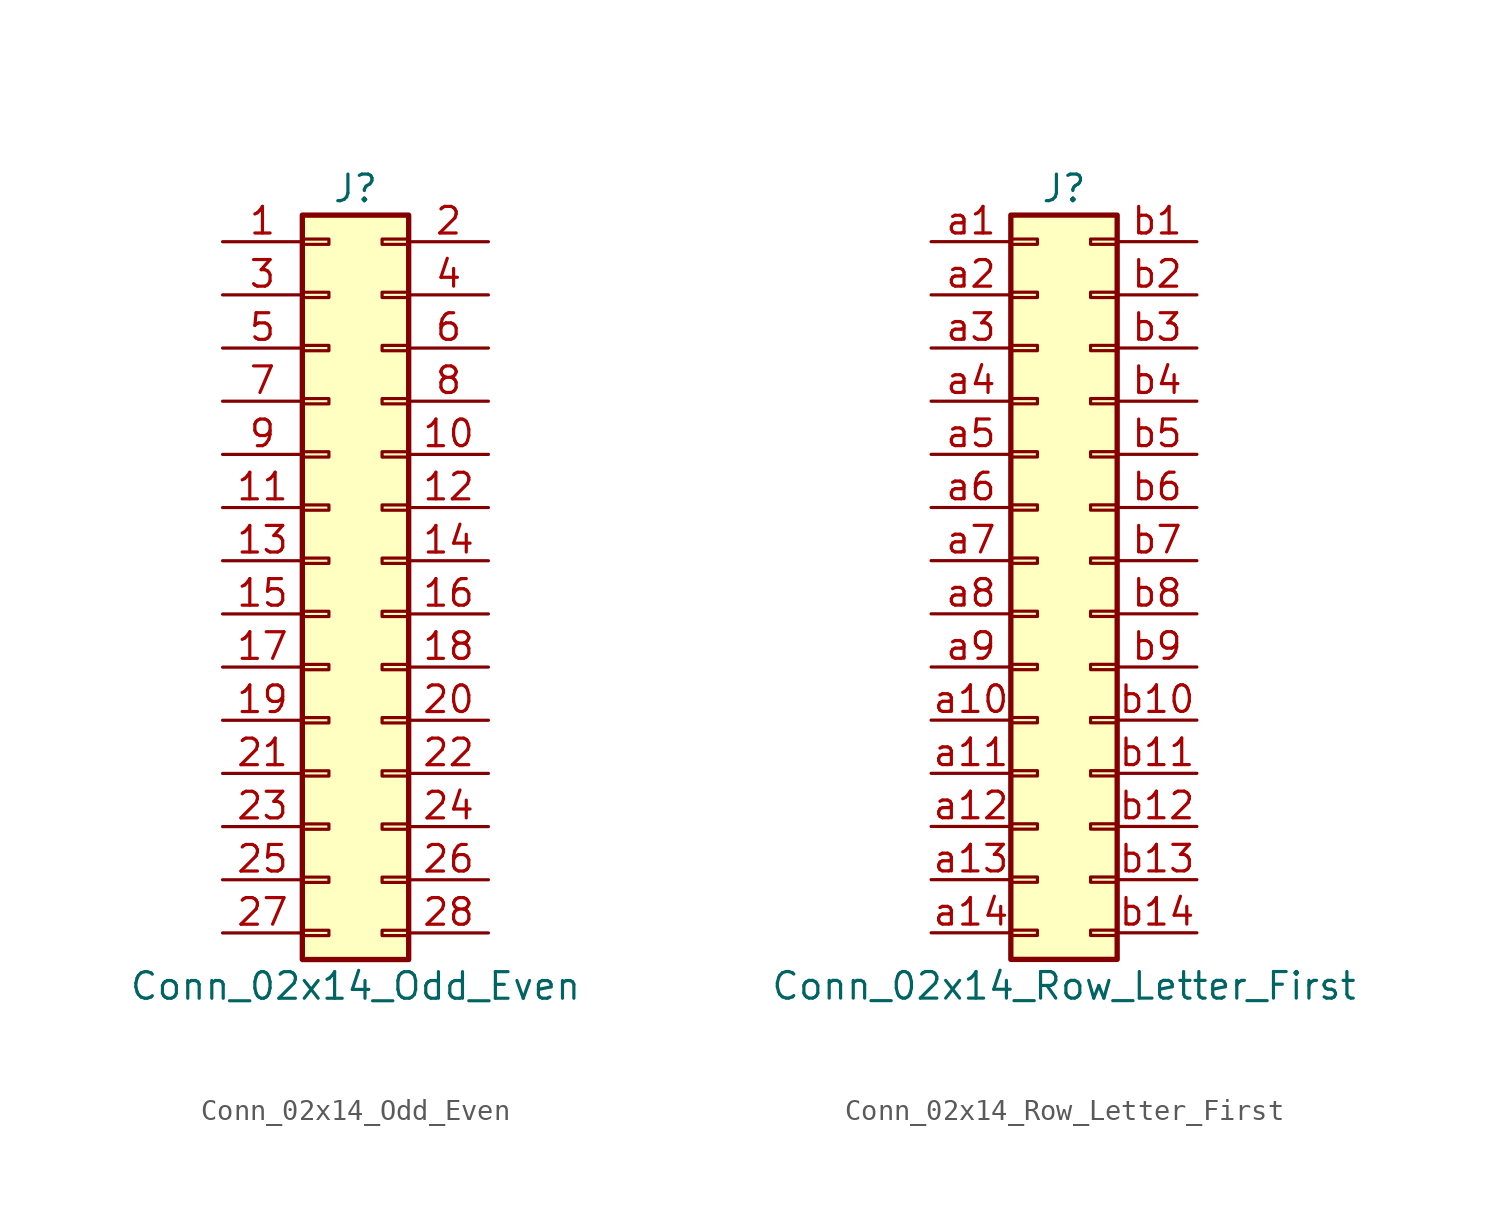
<source format=kicad_sym>
(kicad_symbol_lib
  (version 20201005)
  (generator kicad_symbol_editor)
  (symbol "Conn_02x14_Odd_Even"
    (pin_names
      (offset 1.016) hide)
    (property "Reference" "J"
      (at 1.27 17.78 0)
      (effects (font (size 1.27 1.27))))
    (property "Value" "Conn_02x14_Odd_Even"
      (at 1.27 -20.32 0)
      (effects (font (size 1.27 1.27))))
    (symbol "Conn_02x14_Odd_Even_1_1"
      (rectangle (start -1.27 -17.653) (end 0 -17.907) (stroke (width 0.152)) (fill (type none)))
      (rectangle (start -1.27 -15.113) (end 0 -15.367) (stroke (width 0.152)) (fill (type none)))
      (rectangle (start -1.27 -12.573) (end 0 -12.827) (stroke (width 0.152)) (fill (type none)))
      (rectangle (start -1.27 -10.033) (end 0 -10.287) (stroke (width 0.152)) (fill (type none)))
      (rectangle (start -1.27 -7.493) (end 0 -7.747) (stroke (width 0.152)) (fill (type none)))
      (rectangle (start -1.27 -4.953) (end 0 -5.207) (stroke (width 0.152)) (fill (type none)))
      (rectangle (start -1.27 -2.413) (end 0 -2.667) (stroke (width 0.152)) (fill (type none)))
      (rectangle (start -1.27 0.127) (end 0 -0.127) (stroke (width 0.152)) (fill (type none)))
      (rectangle (start -1.27 2.667) (end 0 2.413) (stroke (width 0.152)) (fill (type none)))
      (rectangle (start -1.27 5.207) (end 0 4.953) (stroke (width 0.152)) (fill (type none)))
      (rectangle (start -1.27 7.747) (end 0 7.493) (stroke (width 0.152)) (fill (type none)))
      (rectangle (start -1.27 10.287) (end 0 10.033) (stroke (width 0.152)) (fill (type none)))
      (rectangle (start -1.27 12.827) (end 0 12.573) (stroke (width 0.152)) (fill (type none)))
      (rectangle (start -1.27 15.367) (end 0 15.113) (stroke (width 0.152)) (fill (type none)))
      (rectangle (start 3.81 -17.653) (end 2.54 -17.907) (stroke (width 0.152)) (fill (type none)))
      (rectangle (start 3.81 -15.113) (end 2.54 -15.367) (stroke (width 0.152)) (fill (type none)))
      (rectangle (start 3.81 -12.573) (end 2.54 -12.827) (stroke (width 0.152)) (fill (type none)))
      (rectangle (start 3.81 -10.033) (end 2.54 -10.287) (stroke (width 0.152)) (fill (type none)))
      (rectangle (start 3.81 -7.493) (end 2.54 -7.747) (stroke (width 0.152)) (fill (type none)))
      (rectangle (start 3.81 -4.953) (end 2.54 -5.207) (stroke (width 0.152)) (fill (type none)))
      (rectangle (start 3.81 -2.413) (end 2.54 -2.667) (stroke (width 0.152)) (fill (type none)))
      (rectangle (start 3.81 0.127) (end 2.54 -0.127) (stroke (width 0.152)) (fill (type none)))
      (rectangle (start 3.81 2.667) (end 2.54 2.413) (stroke (width 0.152)) (fill (type none)))
      (rectangle (start 3.81 5.207) (end 2.54 4.953) (stroke (width 0.152)) (fill (type none)))
      (rectangle (start 3.81 7.747) (end 2.54 7.493) (stroke (width 0.152)) (fill (type none)))
      (rectangle (start 3.81 10.287) (end 2.54 10.033) (stroke (width 0.152)) (fill (type none)))
      (rectangle (start 3.81 12.827) (end 2.54 12.573) (stroke (width 0.152)) (fill (type none)))
      (rectangle (start 3.81 15.367) (end 2.54 15.113) (stroke (width 0.152)) (fill (type none)))
      (rectangle (start -1.27 16.51) (end 3.81 -19.05) (stroke (width 0.254)) (fill (type background)))
      (pin passive line (at -5.08 15.24 0) (length 3.81) (name "Pin_1" (effects (font (size 1.27 1.27)))) (number "1" (effects (font (size 1.27 1.27)))))
      (pin passive line (at 7.62 5.08 180) (length 3.81) (name "Pin_10" (effects (font (size 1.27 1.27)))) (number "10" (effects (font (size 1.27 1.27)))))
      (pin passive line (at -5.08 2.54 0) (length 3.81) (name "Pin_11" (effects (font (size 1.27 1.27)))) (number "11" (effects (font (size 1.27 1.27)))))
      (pin passive line (at 7.62 2.54 180) (length 3.81) (name "Pin_12" (effects (font (size 1.27 1.27)))) (number "12" (effects (font (size 1.27 1.27)))))
      (pin passive line (at -5.08 0 0) (length 3.81) (name "Pin_13" (effects (font (size 1.27 1.27)))) (number "13" (effects (font (size 1.27 1.27)))))
      (pin passive line (at 7.62 0 180) (length 3.81) (name "Pin_14" (effects (font (size 1.27 1.27)))) (number "14" (effects (font (size 1.27 1.27)))))
      (pin passive line (at -5.08 -2.54 0) (length 3.81) (name "Pin_15" (effects (font (size 1.27 1.27)))) (number "15" (effects (font (size 1.27 1.27)))))
      (pin passive line (at 7.62 -2.54 180) (length 3.81) (name "Pin_16" (effects (font (size 1.27 1.27)))) (number "16" (effects (font (size 1.27 1.27)))))
      (pin passive line (at -5.08 -5.08 0) (length 3.81) (name "Pin_17" (effects (font (size 1.27 1.27)))) (number "17" (effects (font (size 1.27 1.27)))))
      (pin passive line (at 7.62 -5.08 180) (length 3.81) (name "Pin_18" (effects (font (size 1.27 1.27)))) (number "18" (effects (font (size 1.27 1.27)))))
      (pin passive line (at -5.08 -7.62 0) (length 3.81) (name "Pin_19" (effects (font (size 1.27 1.27)))) (number "19" (effects (font (size 1.27 1.27)))))
      (pin passive line (at 7.62 15.24 180) (length 3.81) (name "Pin_2" (effects (font (size 1.27 1.27)))) (number "2" (effects (font (size 1.27 1.27)))))
      (pin passive line (at 7.62 -7.62 180) (length 3.81) (name "Pin_20" (effects (font (size 1.27 1.27)))) (number "20" (effects (font (size 1.27 1.27)))))
      (pin passive line (at -5.08 -10.16 0) (length 3.81) (name "Pin_21" (effects (font (size 1.27 1.27)))) (number "21" (effects (font (size 1.27 1.27)))))
      (pin passive line (at 7.62 -10.16 180) (length 3.81) (name "Pin_22" (effects (font (size 1.27 1.27)))) (number "22" (effects (font (size 1.27 1.27)))))
      (pin passive line (at -5.08 -12.7 0) (length 3.81) (name "Pin_23" (effects (font (size 1.27 1.27)))) (number "23" (effects (font (size 1.27 1.27)))))
      (pin passive line (at 7.62 -12.7 180) (length 3.81) (name "Pin_24" (effects (font (size 1.27 1.27)))) (number "24" (effects (font (size 1.27 1.27)))))
      (pin passive line (at -5.08 -15.24 0) (length 3.81) (name "Pin_25" (effects (font (size 1.27 1.27)))) (number "25" (effects (font (size 1.27 1.27)))))
      (pin passive line (at 7.62 -15.24 180) (length 3.81) (name "Pin_26" (effects (font (size 1.27 1.27)))) (number "26" (effects (font (size 1.27 1.27)))))
      (pin passive line (at -5.08 -17.78 0) (length 3.81) (name "Pin_27" (effects (font (size 1.27 1.27)))) (number "27" (effects (font (size 1.27 1.27)))))
      (pin passive line (at 7.62 -17.78 180) (length 3.81) (name "Pin_28" (effects (font (size 1.27 1.27)))) (number "28" (effects (font (size 1.27 1.27)))))
      (pin passive line (at -5.08 12.7 0) (length 3.81) (name "Pin_3" (effects (font (size 1.27 1.27)))) (number "3" (effects (font (size 1.27 1.27)))))
      (pin passive line (at 7.62 12.7 180) (length 3.81) (name "Pin_4" (effects (font (size 1.27 1.27)))) (number "4" (effects (font (size 1.27 1.27)))))
      (pin passive line (at -5.08 10.16 0) (length 3.81) (name "Pin_5" (effects (font (size 1.27 1.27)))) (number "5" (effects (font (size 1.27 1.27)))))
      (pin passive line (at 7.62 10.16 180) (length 3.81) (name "Pin_6" (effects (font (size 1.27 1.27)))) (number "6" (effects (font (size 1.27 1.27)))))
      (pin passive line (at -5.08 7.62 0) (length 3.81) (name "Pin_7" (effects (font (size 1.27 1.27)))) (number "7" (effects (font (size 1.27 1.27)))))
      (pin passive line (at 7.62 7.62 180) (length 3.81) (name "Pin_8" (effects (font (size 1.27 1.27)))) (number "8" (effects (font (size 1.27 1.27)))))
      (pin passive line (at -5.08 5.08 0) (length 3.81) (name "Pin_9" (effects (font (size 1.27 1.27)))) (number "9" (effects (font (size 1.27 1.27)))))))
  (symbol "Conn_02x14_Row_Letter_First"
    (pin_names
      (offset 1.016) hide)
    (property "Reference" "J"
      (at 1.27 17.78 0)
      (effects (font (size 1.27 1.27))))
    (property "Value" "Conn_02x14_Row_Letter_First"
      (at 1.27 -20.32 0)
      (effects (font (size 1.27 1.27))))
    (symbol "Conn_02x14_Row_Letter_First_1_1"
      (rectangle (start -1.27 -17.653) (end 0 -17.907) (stroke (width 0.152)) (fill (type none)))
      (rectangle (start -1.27 -15.113) (end 0 -15.367) (stroke (width 0.152)) (fill (type none)))
      (rectangle (start -1.27 -12.573) (end 0 -12.827) (stroke (width 0.152)) (fill (type none)))
      (rectangle (start -1.27 -10.033) (end 0 -10.287) (stroke (width 0.152)) (fill (type none)))
      (rectangle (start -1.27 -7.493) (end 0 -7.747) (stroke (width 0.152)) (fill (type none)))
      (rectangle (start -1.27 -4.953) (end 0 -5.207) (stroke (width 0.152)) (fill (type none)))
      (rectangle (start -1.27 -2.413) (end 0 -2.667) (stroke (width 0.152)) (fill (type none)))
      (rectangle (start -1.27 0.127) (end 0 -0.127) (stroke (width 0.152)) (fill (type none)))
      (rectangle (start -1.27 2.667) (end 0 2.413) (stroke (width 0.152)) (fill (type none)))
      (rectangle (start -1.27 5.207) (end 0 4.953) (stroke (width 0.152)) (fill (type none)))
      (rectangle (start -1.27 7.747) (end 0 7.493) (stroke (width 0.152)) (fill (type none)))
      (rectangle (start -1.27 10.287) (end 0 10.033) (stroke (width 0.152)) (fill (type none)))
      (rectangle (start -1.27 12.827) (end 0 12.573) (stroke (width 0.152)) (fill (type none)))
      (rectangle (start -1.27 15.367) (end 0 15.113) (stroke (width 0.152)) (fill (type none)))
      (rectangle (start 3.81 -17.653) (end 2.54 -17.907) (stroke (width 0.152)) (fill (type none)))
      (rectangle (start 3.81 -15.113) (end 2.54 -15.367) (stroke (width 0.152)) (fill (type none)))
      (rectangle (start 3.81 -12.573) (end 2.54 -12.827) (stroke (width 0.152)) (fill (type none)))
      (rectangle (start 3.81 -10.033) (end 2.54 -10.287) (stroke (width 0.152)) (fill (type none)))
      (rectangle (start 3.81 -7.493) (end 2.54 -7.747) (stroke (width 0.152)) (fill (type none)))
      (rectangle (start 3.81 -4.953) (end 2.54 -5.207) (stroke (width 0.152)) (fill (type none)))
      (rectangle (start 3.81 -2.413) (end 2.54 -2.667) (stroke (width 0.152)) (fill (type none)))
      (rectangle (start 3.81 0.127) (end 2.54 -0.127) (stroke (width 0.152)) (fill (type none)))
      (rectangle (start 3.81 2.667) (end 2.54 2.413) (stroke (width 0.152)) (fill (type none)))
      (rectangle (start 3.81 5.207) (end 2.54 4.953) (stroke (width 0.152)) (fill (type none)))
      (rectangle (start 3.81 7.747) (end 2.54 7.493) (stroke (width 0.152)) (fill (type none)))
      (rectangle (start 3.81 10.287) (end 2.54 10.033) (stroke (width 0.152)) (fill (type none)))
      (rectangle (start 3.81 12.827) (end 2.54 12.573) (stroke (width 0.152)) (fill (type none)))
      (rectangle (start 3.81 15.367) (end 2.54 15.113) (stroke (width 0.152)) (fill (type none)))
      (rectangle (start -1.27 16.51) (end 3.81 -19.05) (stroke (width 0.254)) (fill (type background)))
      (pin passive line (at -5.08 15.24 0) (length 3.81) (name "Pin_a1" (effects (font (size 1.27 1.27)))) (number "a1" (effects (font (size 1.27 1.27)))))
      (pin passive line (at -5.08 -7.62 0) (length 3.81) (name "Pin_a10" (effects (font (size 1.27 1.27)))) (number "a10" (effects (font (size 1.27 1.27)))))
      (pin passive line (at -5.08 -10.16 0) (length 3.81) (name "Pin_a11" (effects (font (size 1.27 1.27)))) (number "a11" (effects (font (size 1.27 1.27)))))
      (pin passive line (at -5.08 -12.7 0) (length 3.81) (name "Pin_a12" (effects (font (size 1.27 1.27)))) (number "a12" (effects (font (size 1.27 1.27)))))
      (pin passive line (at -5.08 -15.24 0) (length 3.81) (name "Pin_a13" (effects (font (size 1.27 1.27)))) (number "a13" (effects (font (size 1.27 1.27)))))
      (pin passive line (at -5.08 -17.78 0) (length 3.81) (name "Pin_a14" (effects (font (size 1.27 1.27)))) (number "a14" (effects (font (size 1.27 1.27)))))
      (pin passive line (at -5.08 12.7 0) (length 3.81) (name "Pin_a2" (effects (font (size 1.27 1.27)))) (number "a2" (effects (font (size 1.27 1.27)))))
      (pin passive line (at -5.08 10.16 0) (length 3.81) (name "Pin_a3" (effects (font (size 1.27 1.27)))) (number "a3" (effects (font (size 1.27 1.27)))))
      (pin passive line (at -5.08 7.62 0) (length 3.81) (name "Pin_a4" (effects (font (size 1.27 1.27)))) (number "a4" (effects (font (size 1.27 1.27)))))
      (pin passive line (at -5.08 5.08 0) (length 3.81) (name "Pin_a5" (effects (font (size 1.27 1.27)))) (number "a5" (effects (font (size 1.27 1.27)))))
      (pin passive line (at -5.08 2.54 0) (length 3.81) (name "Pin_a6" (effects (font (size 1.27 1.27)))) (number "a6" (effects (font (size 1.27 1.27)))))
      (pin passive line (at -5.08 0 0) (length 3.81) (name "Pin_a7" (effects (font (size 1.27 1.27)))) (number "a7" (effects (font (size 1.27 1.27)))))
      (pin passive line (at -5.08 -2.54 0) (length 3.81) (name "Pin_a8" (effects (font (size 1.27 1.27)))) (number "a8" (effects (font (size 1.27 1.27)))))
      (pin passive line (at -5.08 -5.08 0) (length 3.81) (name "Pin_a9" (effects (font (size 1.27 1.27)))) (number "a9" (effects (font (size 1.27 1.27)))))
      (pin passive line (at 7.62 15.24 180) (length 3.81) (name "Pin_b1" (effects (font (size 1.27 1.27)))) (number "b1" (effects (font (size 1.27 1.27)))))
      (pin passive line (at 7.62 -7.62 180) (length 3.81) (name "Pin_b10" (effects (font (size 1.27 1.27)))) (number "b10" (effects (font (size 1.27 1.27)))))
      (pin passive line (at 7.62 -10.16 180) (length 3.81) (name "Pin_b11" (effects (font (size 1.27 1.27)))) (number "b11" (effects (font (size 1.27 1.27)))))
      (pin passive line (at 7.62 -12.7 180) (length 3.81) (name "Pin_b12" (effects (font (size 1.27 1.27)))) (number "b12" (effects (font (size 1.27 1.27)))))
      (pin passive line (at 7.62 -15.24 180) (length 3.81) (name "Pin_b13" (effects (font (size 1.27 1.27)))) (number "b13" (effects (font (size 1.27 1.27)))))
      (pin passive line (at 7.62 -17.78 180) (length 3.81) (name "Pin_b14" (effects (font (size 1.27 1.27)))) (number "b14" (effects (font (size 1.27 1.27)))))
      (pin passive line (at 7.62 12.7 180) (length 3.81) (name "Pin_b2" (effects (font (size 1.27 1.27)))) (number "b2" (effects (font (size 1.27 1.27)))))
      (pin passive line (at 7.62 10.16 180) (length 3.81) (name "Pin_b3" (effects (font (size 1.27 1.27)))) (number "b3" (effects (font (size 1.27 1.27)))))
      (pin passive line (at 7.62 7.62 180) (length 3.81) (name "Pin_b4" (effects (font (size 1.27 1.27)))) (number "b4" (effects (font (size 1.27 1.27)))))
      (pin passive line (at 7.62 5.08 180) (length 3.81) (name "Pin_b5" (effects (font (size 1.27 1.27)))) (number "b5" (effects (font (size 1.27 1.27)))))
      (pin passive line (at 7.62 2.54 180) (length 3.81) (name "Pin_b6" (effects (font (size 1.27 1.27)))) (number "b6" (effects (font (size 1.27 1.27)))))
      (pin passive line (at 7.62 0 180) (length 3.81) (name "Pin_b7" (effects (font (size 1.27 1.27)))) (number "b7" (effects (font (size 1.27 1.27)))))
      (pin passive line (at 7.62 -2.54 180) (length 3.81) (name "Pin_b8" (effects (font (size 1.27 1.27)))) (number "b8" (effects (font (size 1.27 1.27)))))
      (pin passive line (at 7.62 -5.08 180) (length 3.81) (name "Pin_b9" (effects (font (size 1.27 1.27)))) (number "b9" (effects (font (size 1.27 1.27))))))))
</source>
